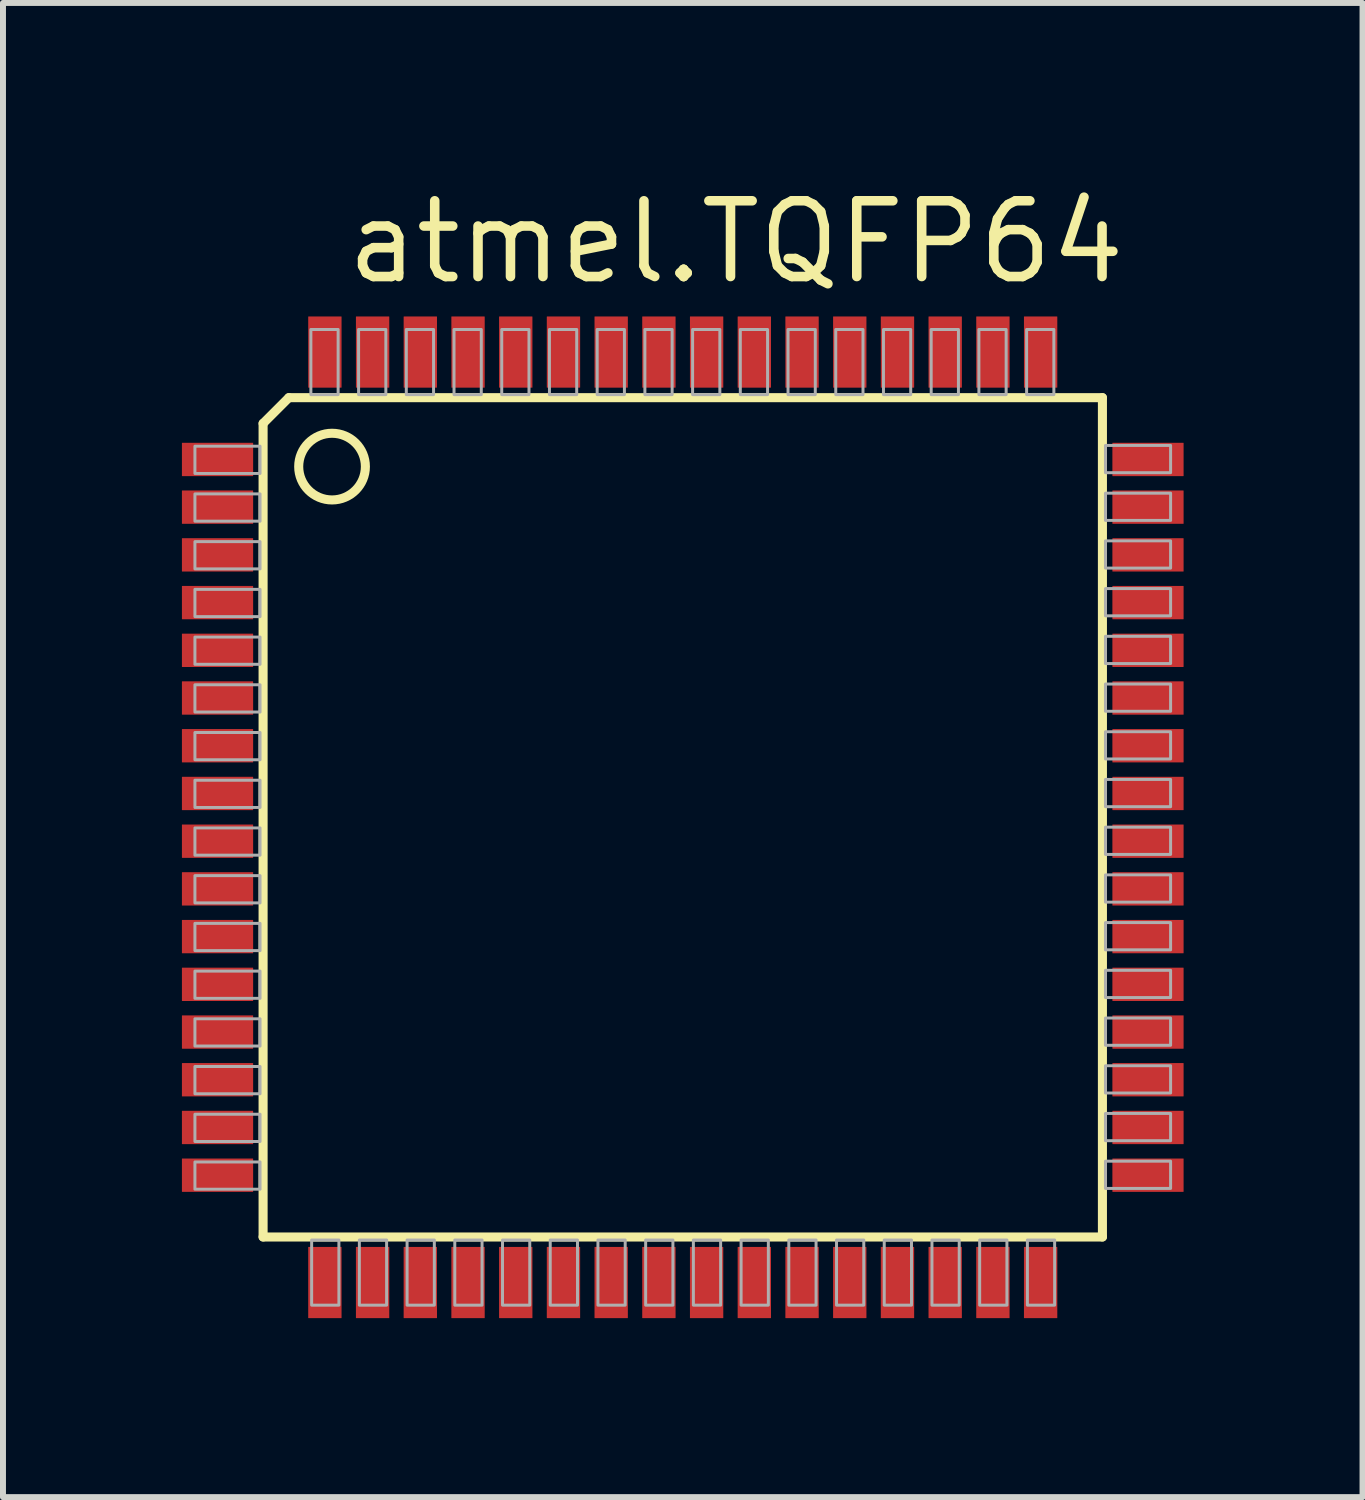
<source format=kicad_pcb>
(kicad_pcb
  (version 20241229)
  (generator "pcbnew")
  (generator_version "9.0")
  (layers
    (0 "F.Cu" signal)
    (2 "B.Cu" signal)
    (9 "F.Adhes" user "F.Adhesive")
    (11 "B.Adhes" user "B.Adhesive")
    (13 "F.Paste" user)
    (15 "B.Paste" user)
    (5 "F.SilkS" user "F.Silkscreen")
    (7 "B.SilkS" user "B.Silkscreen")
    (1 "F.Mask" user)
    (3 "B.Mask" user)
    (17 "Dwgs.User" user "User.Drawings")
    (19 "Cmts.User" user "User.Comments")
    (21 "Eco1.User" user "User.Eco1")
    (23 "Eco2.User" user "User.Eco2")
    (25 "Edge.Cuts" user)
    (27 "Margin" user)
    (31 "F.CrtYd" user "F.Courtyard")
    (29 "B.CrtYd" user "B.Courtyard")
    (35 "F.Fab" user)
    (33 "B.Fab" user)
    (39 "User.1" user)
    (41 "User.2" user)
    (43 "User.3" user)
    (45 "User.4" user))
  (footprint "atmel.TQFP64"
    (layer "F.Cu")
    (at 8.397 10.653)
    (property "Reference" "atmel.TQFP64" (at -5.715 -8.903 0) (layer "F.SilkS") (effects (font (size 1.27 1.27) (thickness 0.16)) (justify left bottom)))
    (attr smd)
    (fp_line (start -7.036 -6.604) (end -6.604 -7.036) (stroke (width 0.152) (type default)) (layer "F.SilkS"))
    (fp_line (start -7.036 7.036) (end -7.036 -6.604) (stroke (width 0.152) (type default)) (layer "F.SilkS"))
    (fp_line (start -6.604 -7.036) (end 7.036 -7.036) (stroke (width 0.152) (type default)) (layer "F.SilkS"))
    (fp_line (start 7.036 -7.036) (end 7.036 7.036) (stroke (width 0.152) (type default)) (layer "F.SilkS"))
    (fp_line (start 7.036 7.036) (end -7.036 7.036) (stroke (width 0.152) (type default)) (layer "F.SilkS"))
    (fp_circle (center -5.88 -5.88) (end -5.321 -5.88) (stroke (width 0.152) (type default)) (fill no) (layer "F.SilkS"))
    (fp_rect (start -8.179 -5.765) (end -7.087 -6.222) (stroke (width 0.05) (type default)) (fill no) (layer "F.Fab"))
    (fp_rect (start -8.179 -4.965) (end -7.087 -5.422) (stroke (width 0.05) (type default)) (fill no) (layer "F.Fab"))
    (fp_rect (start -8.179 -4.165) (end -7.087 -4.622) (stroke (width 0.05) (type default)) (fill no) (layer "F.Fab"))
    (fp_rect (start -8.179 -3.365) (end -7.087 -3.822) (stroke (width 0.05) (type default)) (fill no) (layer "F.Fab"))
    (fp_rect (start -8.179 -2.565) (end -7.087 -3.022) (stroke (width 0.05) (type default)) (fill no) (layer "F.Fab"))
    (fp_rect (start -8.179 -1.765) (end -7.087 -2.222) (stroke (width 0.05) (type default)) (fill no) (layer "F.Fab"))
    (fp_rect (start -8.179 -0.965) (end -7.087 -1.422) (stroke (width 0.05) (type default)) (fill no) (layer "F.Fab"))
    (fp_rect (start -8.179 -0.165) (end -7.087 -0.622) (stroke (width 0.05) (type default)) (fill no) (layer "F.Fab"))
    (fp_rect (start -8.179 0.635) (end -7.087 0.178) (stroke (width 0.05) (type default)) (fill no) (layer "F.Fab"))
    (fp_rect (start -8.179 1.435) (end -7.087 0.978) (stroke (width 0.05) (type default)) (fill no) (layer "F.Fab"))
    (fp_rect (start -8.179 2.235) (end -7.087 1.778) (stroke (width 0.05) (type default)) (fill no) (layer "F.Fab"))
    (fp_rect (start -8.179 3.035) (end -7.087 2.578) (stroke (width 0.05) (type default)) (fill no) (layer "F.Fab"))
    (fp_rect (start -8.179 3.835) (end -7.087 3.378) (stroke (width 0.05) (type default)) (fill no) (layer "F.Fab"))
    (fp_rect (start -8.179 4.635) (end -7.087 4.178) (stroke (width 0.05) (type default)) (fill no) (layer "F.Fab"))
    (fp_rect (start -8.179 5.435) (end -7.087 4.978) (stroke (width 0.05) (type default)) (fill no) (layer "F.Fab"))
    (fp_rect (start -8.179 6.235) (end -7.087 5.778) (stroke (width 0.05) (type default)) (fill no) (layer "F.Fab"))
    (fp_rect (start -6.235 -7.087) (end -5.778 -8.179) (stroke (width 0.05) (type default)) (fill no) (layer "F.Fab"))
    (fp_rect (start -6.222 8.179) (end -5.765 7.087) (stroke (width 0.05) (type default)) (fill no) (layer "F.Fab"))
    (fp_rect (start -5.435 -7.087) (end -4.978 -8.179) (stroke (width 0.05) (type default)) (fill no) (layer "F.Fab"))
    (fp_rect (start -5.422 8.179) (end -4.965 7.087) (stroke (width 0.05) (type default)) (fill no) (layer "F.Fab"))
    (fp_rect (start -4.635 -7.087) (end -4.178 -8.179) (stroke (width 0.05) (type default)) (fill no) (layer "F.Fab"))
    (fp_rect (start -4.622 8.179) (end -4.165 7.087) (stroke (width 0.05) (type default)) (fill no) (layer "F.Fab"))
    (fp_rect (start -3.835 -7.087) (end -3.378 -8.179) (stroke (width 0.05) (type default)) (fill no) (layer "F.Fab"))
    (fp_rect (start -3.822 8.179) (end -3.365 7.087) (stroke (width 0.05) (type default)) (fill no) (layer "F.Fab"))
    (fp_rect (start -3.035 -7.087) (end -2.578 -8.179) (stroke (width 0.05) (type default)) (fill no) (layer "F.Fab"))
    (fp_rect (start -3.022 8.179) (end -2.565 7.087) (stroke (width 0.05) (type default)) (fill no) (layer "F.Fab"))
    (fp_rect (start -2.235 -7.087) (end -1.778 -8.179) (stroke (width 0.05) (type default)) (fill no) (layer "F.Fab"))
    (fp_rect (start -2.222 8.179) (end -1.765 7.087) (stroke (width 0.05) (type default)) (fill no) (layer "F.Fab"))
    (fp_rect (start -1.435 -7.087) (end -0.978 -8.179) (stroke (width 0.05) (type default)) (fill no) (layer "F.Fab"))
    (fp_rect (start -1.422 8.179) (end -0.965 7.087) (stroke (width 0.05) (type default)) (fill no) (layer "F.Fab"))
    (fp_rect (start -0.635 -7.087) (end -0.178 -8.179) (stroke (width 0.05) (type default)) (fill no) (layer "F.Fab"))
    (fp_rect (start -0.622 8.179) (end -0.165 7.087) (stroke (width 0.05) (type default)) (fill no) (layer "F.Fab"))
    (fp_rect (start 0.165 -7.087) (end 0.622 -8.179) (stroke (width 0.05) (type default)) (fill no) (layer "F.Fab"))
    (fp_rect (start 0.178 8.179) (end 0.635 7.087) (stroke (width 0.05) (type default)) (fill no) (layer "F.Fab"))
    (fp_rect (start 0.965 -7.087) (end 1.422 -8.179) (stroke (width 0.05) (type default)) (fill no) (layer "F.Fab"))
    (fp_rect (start 0.978 8.179) (end 1.435 7.087) (stroke (width 0.05) (type default)) (fill no) (layer "F.Fab"))
    (fp_rect (start 1.765 -7.087) (end 2.222 -8.179) (stroke (width 0.05) (type default)) (fill no) (layer "F.Fab"))
    (fp_rect (start 1.778 8.179) (end 2.235 7.087) (stroke (width 0.05) (type default)) (fill no) (layer "F.Fab"))
    (fp_rect (start 2.565 -7.087) (end 3.022 -8.179) (stroke (width 0.05) (type default)) (fill no) (layer "F.Fab"))
    (fp_rect (start 2.578 8.179) (end 3.035 7.087) (stroke (width 0.05) (type default)) (fill no) (layer "F.Fab"))
    (fp_rect (start 3.365 -7.087) (end 3.822 -8.179) (stroke (width 0.05) (type default)) (fill no) (layer "F.Fab"))
    (fp_rect (start 3.378 8.179) (end 3.835 7.087) (stroke (width 0.05) (type default)) (fill no) (layer "F.Fab"))
    (fp_rect (start 4.165 -7.087) (end 4.622 -8.179) (stroke (width 0.05) (type default)) (fill no) (layer "F.Fab"))
    (fp_rect (start 4.178 8.179) (end 4.635 7.087) (stroke (width 0.05) (type default)) (fill no) (layer "F.Fab"))
    (fp_rect (start 4.965 -7.087) (end 5.422 -8.179) (stroke (width 0.05) (type default)) (fill no) (layer "F.Fab"))
    (fp_rect (start 4.978 8.179) (end 5.435 7.087) (stroke (width 0.05) (type default)) (fill no) (layer "F.Fab"))
    (fp_rect (start 5.765 -7.087) (end 6.222 -8.179) (stroke (width 0.05) (type default)) (fill no) (layer "F.Fab"))
    (fp_rect (start 5.778 8.179) (end 6.235 7.087) (stroke (width 0.05) (type default)) (fill no) (layer "F.Fab"))
    (fp_rect (start 7.087 -5.778) (end 8.179 -6.235) (stroke (width 0.05) (type default)) (fill no) (layer "F.Fab"))
    (fp_rect (start 7.087 -4.978) (end 8.179 -5.435) (stroke (width 0.05) (type default)) (fill no) (layer "F.Fab"))
    (fp_rect (start 7.087 -4.178) (end 8.179 -4.635) (stroke (width 0.05) (type default)) (fill no) (layer "F.Fab"))
    (fp_rect (start 7.087 -3.378) (end 8.179 -3.835) (stroke (width 0.05) (type default)) (fill no) (layer "F.Fab"))
    (fp_rect (start 7.087 -2.578) (end 8.179 -3.035) (stroke (width 0.05) (type default)) (fill no) (layer "F.Fab"))
    (fp_rect (start 7.087 -1.778) (end 8.179 -2.235) (stroke (width 0.05) (type default)) (fill no) (layer "F.Fab"))
    (fp_rect (start 7.087 -0.978) (end 8.179 -1.435) (stroke (width 0.05) (type default)) (fill no) (layer "F.Fab"))
    (fp_rect (start 7.087 -0.178) (end 8.179 -0.635) (stroke (width 0.05) (type default)) (fill no) (layer "F.Fab"))
    (fp_rect (start 7.087 0.622) (end 8.179 0.165) (stroke (width 0.05) (type default)) (fill no) (layer "F.Fab"))
    (fp_rect (start 7.087 1.422) (end 8.179 0.965) (stroke (width 0.05) (type default)) (fill no) (layer "F.Fab"))
    (fp_rect (start 7.087 2.222) (end 8.179 1.765) (stroke (width 0.05) (type default)) (fill no) (layer "F.Fab"))
    (fp_rect (start 7.087 3.022) (end 8.179 2.565) (stroke (width 0.05) (type default)) (fill no) (layer "F.Fab"))
    (fp_rect (start 7.087 3.822) (end 8.179 3.365) (stroke (width 0.05) (type default)) (fill no) (layer "F.Fab"))
    (fp_rect (start 7.087 4.622) (end 8.179 4.165) (stroke (width 0.05) (type default)) (fill no) (layer "F.Fab"))
    (fp_rect (start 7.087 5.422) (end 8.179 4.965) (stroke (width 0.05) (type default)) (fill no) (layer "F.Fab"))
    (fp_rect (start 7.087 6.222) (end 8.179 5.765) (stroke (width 0.05) (type default)) (fill no) (layer "F.Fab"))
    (pad "1" smd roundrect (at -7.8 -6) (size 1.194 0.559) (layers "F.Cu" "F.Mask" "F.Paste") (roundrect_rratio 0.01))
    (pad "2" smd roundrect (at -7.8 -5.2) (size 1.194 0.559) (layers "F.Cu" "F.Mask" "F.Paste") (roundrect_rratio 0.01))
    (pad "3" smd roundrect (at -7.8 -4.4) (size 1.194 0.559) (layers "F.Cu" "F.Mask" "F.Paste") (roundrect_rratio 0.01))
    (pad "4" smd roundrect (at -7.8 -3.6) (size 1.194 0.559) (layers "F.Cu" "F.Mask" "F.Paste") (roundrect_rratio 0.01))
    (pad "5" smd roundrect (at -7.8 -2.8) (size 1.194 0.559) (layers "F.Cu" "F.Mask" "F.Paste") (roundrect_rratio 0.01))
    (pad "6" smd roundrect (at -7.8 -2) (size 1.194 0.559) (layers "F.Cu" "F.Mask" "F.Paste") (roundrect_rratio 0.01))
    (pad "7" smd roundrect (at -7.8 -1.2) (size 1.194 0.559) (layers "F.Cu" "F.Mask" "F.Paste") (roundrect_rratio 0.01))
    (pad "8" smd roundrect (at -7.8 -0.4) (size 1.194 0.559) (layers "F.Cu" "F.Mask" "F.Paste") (roundrect_rratio 0.01))
    (pad "9" smd roundrect (at -7.8 0.4) (size 1.194 0.559) (layers "F.Cu" "F.Mask" "F.Paste") (roundrect_rratio 0.01))
    (pad "10" smd roundrect (at -7.8 1.2) (size 1.194 0.559) (layers "F.Cu" "F.Mask" "F.Paste") (roundrect_rratio 0.01))
    (pad "11" smd roundrect (at -7.8 2) (size 1.194 0.559) (layers "F.Cu" "F.Mask" "F.Paste") (roundrect_rratio 0.01))
    (pad "12" smd roundrect (at -7.8 2.8) (size 1.194 0.559) (layers "F.Cu" "F.Mask" "F.Paste") (roundrect_rratio 0.01))
    (pad "13" smd roundrect (at -7.8 3.6) (size 1.194 0.559) (layers "F.Cu" "F.Mask" "F.Paste") (roundrect_rratio 0.01))
    (pad "14" smd roundrect (at -7.8 4.4) (size 1.194 0.559) (layers "F.Cu" "F.Mask" "F.Paste") (roundrect_rratio 0.01))
    (pad "15" smd roundrect (at -7.8 5.2) (size 1.194 0.559) (layers "F.Cu" "F.Mask" "F.Paste") (roundrect_rratio 0.01))
    (pad "16" smd roundrect (at -7.8 6) (size 1.194 0.559) (layers "F.Cu" "F.Mask" "F.Paste") (roundrect_rratio 0.01))
    (pad "17" smd roundrect (at -6 7.8) (size 0.559 1.194) (layers "F.Cu" "F.Mask" "F.Paste") (roundrect_rratio 0.01))
    (pad "18" smd roundrect (at -5.2 7.8) (size 0.559 1.194) (layers "F.Cu" "F.Mask" "F.Paste") (roundrect_rratio 0.01))
    (pad "19" smd roundrect (at -4.4 7.8) (size 0.559 1.194) (layers "F.Cu" "F.Mask" "F.Paste") (roundrect_rratio 0.01))
    (pad "20" smd roundrect (at -3.6 7.8) (size 0.559 1.194) (layers "F.Cu" "F.Mask" "F.Paste") (roundrect_rratio 0.01))
    (pad "21" smd roundrect (at -2.8 7.8) (size 0.559 1.194) (layers "F.Cu" "F.Mask" "F.Paste") (roundrect_rratio 0.01))
    (pad "22" smd roundrect (at -2 7.8) (size 0.559 1.194) (layers "F.Cu" "F.Mask" "F.Paste") (roundrect_rratio 0.01))
    (pad "23" smd roundrect (at -1.2 7.8) (size 0.559 1.194) (layers "F.Cu" "F.Mask" "F.Paste") (roundrect_rratio 0.01))
    (pad "24" smd roundrect (at -0.4 7.8) (size 0.559 1.194) (layers "F.Cu" "F.Mask" "F.Paste") (roundrect_rratio 0.01))
    (pad "25" smd roundrect (at 0.4 7.8) (size 0.559 1.194) (layers "F.Cu" "F.Mask" "F.Paste") (roundrect_rratio 0.01))
    (pad "26" smd roundrect (at 1.2 7.8) (size 0.559 1.194) (layers "F.Cu" "F.Mask" "F.Paste") (roundrect_rratio 0.01))
    (pad "27" smd roundrect (at 2 7.8) (size 0.559 1.194) (layers "F.Cu" "F.Mask" "F.Paste") (roundrect_rratio 0.01))
    (pad "28" smd roundrect (at 2.8 7.8) (size 0.559 1.194) (layers "F.Cu" "F.Mask" "F.Paste") (roundrect_rratio 0.01))
    (pad "29" smd roundrect (at 3.6 7.8) (size 0.559 1.194) (layers "F.Cu" "F.Mask" "F.Paste") (roundrect_rratio 0.01))
    (pad "30" smd roundrect (at 4.4 7.8) (size 0.559 1.194) (layers "F.Cu" "F.Mask" "F.Paste") (roundrect_rratio 0.01))
    (pad "31" smd roundrect (at 5.2 7.8) (size 0.559 1.194) (layers "F.Cu" "F.Mask" "F.Paste") (roundrect_rratio 0.01))
    (pad "32" smd roundrect (at 6 7.8) (size 0.559 1.194) (layers "F.Cu" "F.Mask" "F.Paste") (roundrect_rratio 0.01))
    (pad "33" smd roundrect (at 7.8 6) (size 1.194 0.559) (layers "F.Cu" "F.Mask" "F.Paste") (roundrect_rratio 0.01))
    (pad "34" smd roundrect (at 7.8 5.2) (size 1.194 0.559) (layers "F.Cu" "F.Mask" "F.Paste") (roundrect_rratio 0.01))
    (pad "35" smd roundrect (at 7.8 4.4) (size 1.194 0.559) (layers "F.Cu" "F.Mask" "F.Paste") (roundrect_rratio 0.01))
    (pad "36" smd roundrect (at 7.8 3.6) (size 1.194 0.559) (layers "F.Cu" "F.Mask" "F.Paste") (roundrect_rratio 0.01))
    (pad "37" smd roundrect (at 7.8 2.8) (size 1.194 0.559) (layers "F.Cu" "F.Mask" "F.Paste") (roundrect_rratio 0.01))
    (pad "38" smd roundrect (at 7.8 2) (size 1.194 0.559) (layers "F.Cu" "F.Mask" "F.Paste") (roundrect_rratio 0.01))
    (pad "39" smd roundrect (at 7.8 1.2) (size 1.194 0.559) (layers "F.Cu" "F.Mask" "F.Paste") (roundrect_rratio 0.01))
    (pad "40" smd roundrect (at 7.8 0.4) (size 1.194 0.559) (layers "F.Cu" "F.Mask" "F.Paste") (roundrect_rratio 0.01))
    (pad "41" smd roundrect (at 7.8 -0.4) (size 1.194 0.559) (layers "F.Cu" "F.Mask" "F.Paste") (roundrect_rratio 0.01))
    (pad "42" smd roundrect (at 7.8 -1.2) (size 1.194 0.559) (layers "F.Cu" "F.Mask" "F.Paste") (roundrect_rratio 0.01))
    (pad "43" smd roundrect (at 7.8 -2) (size 1.194 0.559) (layers "F.Cu" "F.Mask" "F.Paste") (roundrect_rratio 0.01))
    (pad "44" smd roundrect (at 7.8 -2.8) (size 1.194 0.559) (layers "F.Cu" "F.Mask" "F.Paste") (roundrect_rratio 0.01))
    (pad "45" smd roundrect (at 7.8 -3.6) (size 1.194 0.559) (layers "F.Cu" "F.Mask" "F.Paste") (roundrect_rratio 0.01))
    (pad "46" smd roundrect (at 7.8 -4.4) (size 1.194 0.559) (layers "F.Cu" "F.Mask" "F.Paste") (roundrect_rratio 0.01))
    (pad "47" smd roundrect (at 7.8 -5.2) (size 1.194 0.559) (layers "F.Cu" "F.Mask" "F.Paste") (roundrect_rratio 0.01))
    (pad "48" smd roundrect (at 7.8 -6) (size 1.194 0.559) (layers "F.Cu" "F.Mask" "F.Paste") (roundrect_rratio 0.01))
    (pad "49" smd roundrect (at 6 -7.8) (size 0.559 1.194) (layers "F.Cu" "F.Mask" "F.Paste") (roundrect_rratio 0.01))
    (pad "50" smd roundrect (at 5.2 -7.8) (size 0.559 1.194) (layers "F.Cu" "F.Mask" "F.Paste") (roundrect_rratio 0.01))
    (pad "51" smd roundrect (at 4.4 -7.8) (size 0.559 1.194) (layers "F.Cu" "F.Mask" "F.Paste") (roundrect_rratio 0.01))
    (pad "52" smd roundrect (at 3.6 -7.8) (size 0.559 1.194) (layers "F.Cu" "F.Mask" "F.Paste") (roundrect_rratio 0.01))
    (pad "53" smd roundrect (at 2.8 -7.8) (size 0.559 1.194) (layers "F.Cu" "F.Mask" "F.Paste") (roundrect_rratio 0.01))
    (pad "54" smd roundrect (at 2 -7.8) (size 0.559 1.194) (layers "F.Cu" "F.Mask" "F.Paste") (roundrect_rratio 0.01))
    (pad "55" smd roundrect (at 1.2 -7.8) (size 0.559 1.194) (layers "F.Cu" "F.Mask" "F.Paste") (roundrect_rratio 0.01))
    (pad "56" smd roundrect (at 0.4 -7.8) (size 0.559 1.194) (layers "F.Cu" "F.Mask" "F.Paste") (roundrect_rratio 0.01))
    (pad "57" smd roundrect (at -0.4 -7.8) (size 0.559 1.194) (layers "F.Cu" "F.Mask" "F.Paste") (roundrect_rratio 0.01))
    (pad "58" smd roundrect (at -1.2 -7.8) (size 0.559 1.194) (layers "F.Cu" "F.Mask" "F.Paste") (roundrect_rratio 0.01))
    (pad "59" smd roundrect (at -2 -7.8) (size 0.559 1.194) (layers "F.Cu" "F.Mask" "F.Paste") (roundrect_rratio 0.01))
    (pad "60" smd roundrect (at -2.8 -7.8) (size 0.559 1.194) (layers "F.Cu" "F.Mask" "F.Paste") (roundrect_rratio 0.01))
    (pad "61" smd roundrect (at -3.6 -7.8) (size 0.559 1.194) (layers "F.Cu" "F.Mask" "F.Paste") (roundrect_rratio 0.01))
    (pad "62" smd roundrect (at -4.4 -7.8) (size 0.559 1.194) (layers "F.Cu" "F.Mask" "F.Paste") (roundrect_rratio 0.01))
    (pad "63" smd roundrect (at -5.2 -7.8) (size 0.559 1.194) (layers "F.Cu" "F.Mask" "F.Paste") (roundrect_rratio 0.01))
    (pad "64" smd roundrect (at -6 -7.8) (size 0.559 1.194) (layers "F.Cu" "F.Mask" "F.Paste") (roundrect_rratio 0.01)))
  (gr_rect
    (start -3 -3)
    (end 19.794 22.05)
    (stroke (width 0.1) (type default))
    (fill no)
    (layer "Edge.Cuts")))
</source>
